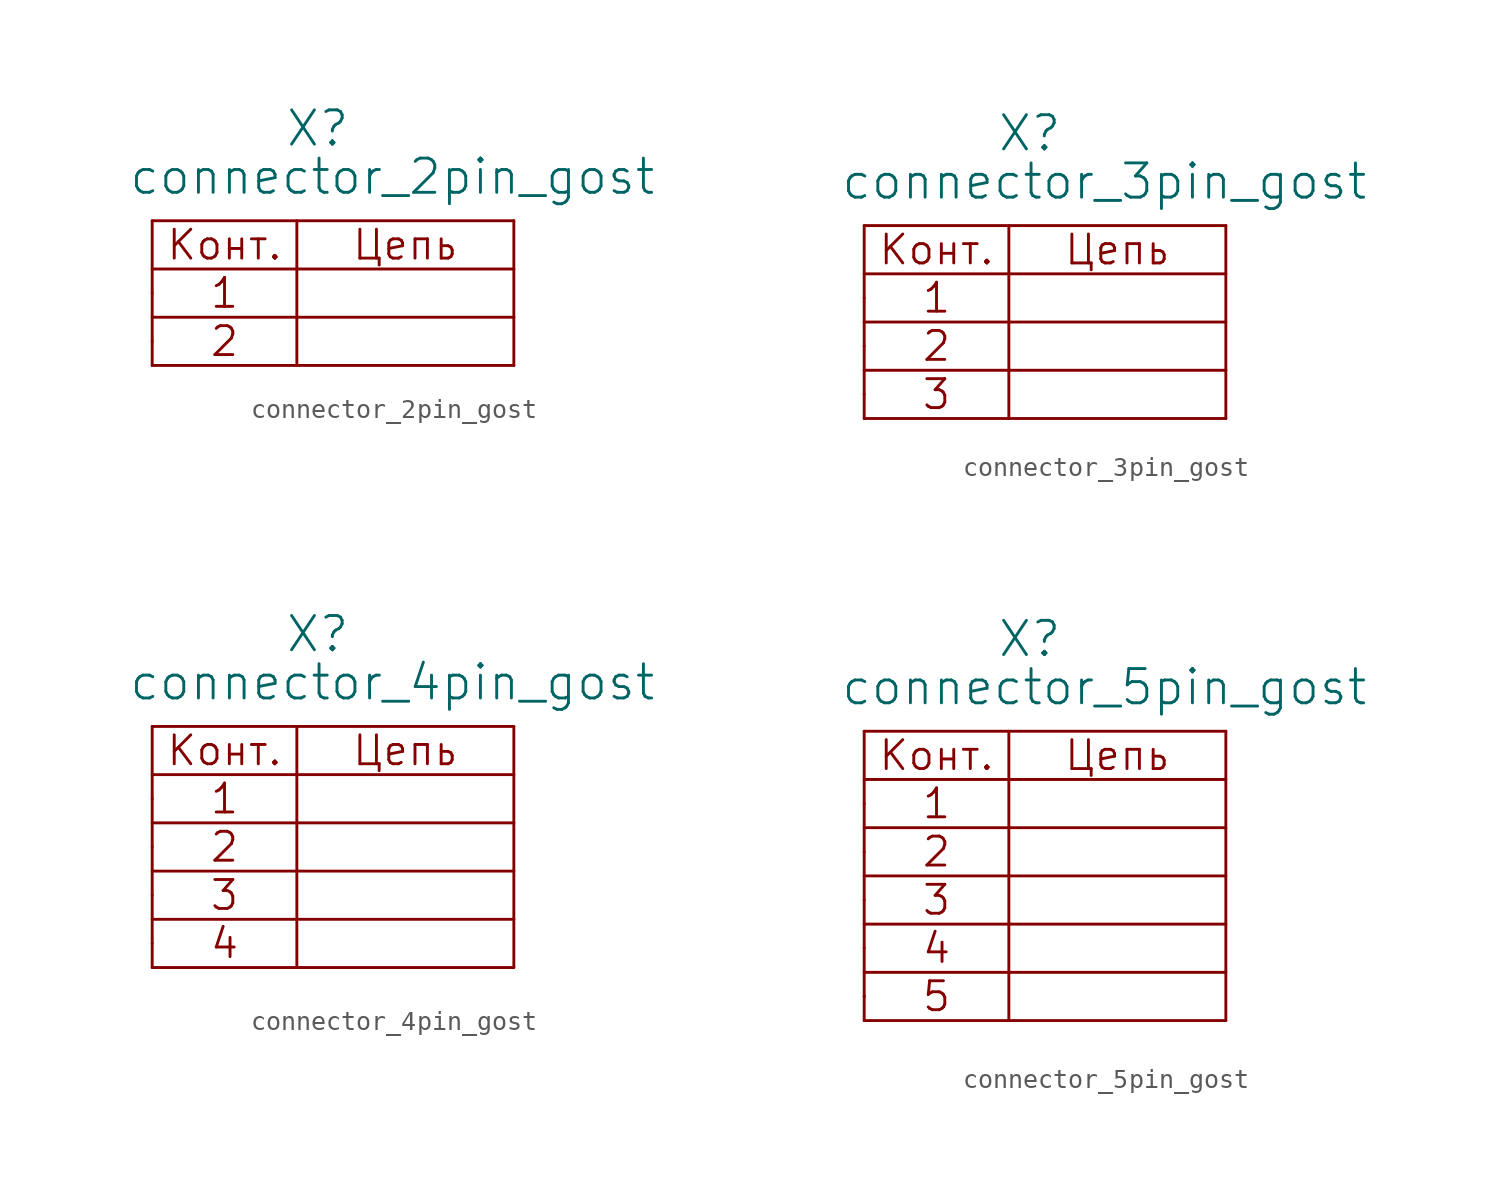
<source format=kicad_sym>
(kicad_symbol_lib
  (version 20211014)
  (generator kicad_symbol_editor)
  (symbol "connector_2pin_gost"
    (pin_numbers hide)
    (pin_names
      (offset 1.016) hide)
    (property "Reference" "X"
      (at 6.985 7.62 0)
      (effects (font (size 1.803 1.803)) (justify left bottom)))
    (property "Value" "connector_2pin_gost"
      (at -1.27 5.08 0)
      (effects (font (size 1.803 1.803)) (justify left bottom)))
    (property "Datasheet" ""
      (at 0 0 0)
      (effects (font (size 1.524 1.524))))
    (symbol "connector_2pin_gost_0_0"
      (polyline (pts (xy 0 -1.27) (xy 19.05 -1.27)) (stroke (width 0) (type default) (color 0 0 0 0)) (fill (type none)))
      (polyline (pts (xy 0 1.27) (xy 19.05 1.27)) (stroke (width 0) (type default) (color 0 0 0 0)) (fill (type none)))
      (polyline (pts (xy 0 3.81) (xy 0 -3.81)) (stroke (width 0) (type default) (color 0 0 0 0)) (fill (type none)))
      (polyline (pts (xy 7.62 3.81) (xy 7.62 -3.81)) (stroke (width 0) (type default) (color 0 0 0 0)) (fill (type none)))
      (polyline (pts (xy 19.05 -3.81) (xy 0 -3.81)) (stroke (width 0) (type default) (color 0 0 0 0)) (fill (type none)))
      (polyline (pts (xy 19.05 3.81) (xy 19.05 -3.81)) (stroke (width 0) (type default) (color 0 0 0 0)) (fill (type none)))
      (text "1" (at 3.81 0 0) (effects (font (size 1.524 1.524))))
      (text "2" (at 3.81 -2.54 0) (effects (font (size 1.524 1.524))))
      (text "Конт." (at 3.81 2.54 0) (effects (font (size 1.524 1.524))))
      (text "Цепь" (at 13.335 2.54 0) (effects (font (size 1.524 1.524)))))
    (symbol "connector_2pin_gost_0_1"
      (polyline (pts (xy 0 3.81) (xy 19.05 3.81)) (stroke (width 0) (type default) (color 0 0 0 0)) (fill (type none))))
    (symbol "connector_2pin_gost_1_1"
      (pin passive line (at 0 0 0) (length 0) (name "~" (effects (font (size 1.549 1.549)))) (number "1" (effects (font (size 1.549 1.549)))))
      (pin passive line (at 0 -2.54 0) (length 0) (name "~" (effects (font (size 1.549 1.549)))) (number "2" (effects (font (size 1.549 1.549)))))))
  (symbol "connector_3pin_gost"
    (pin_numbers hide)
    (pin_names
      (offset 1.016) hide)
    (property "Reference" "X"
      (at 6.985 7.62 0)
      (effects (font (size 1.803 1.803)) (justify left bottom)))
    (property "Value" "connector_3pin_gost"
      (at -1.27 5.08 0)
      (effects (font (size 1.803 1.803)) (justify left bottom)))
    (property "Datasheet" ""
      (at 0 0 0)
      (effects (font (size 1.524 1.524))))
    (symbol "connector_3pin_gost_0_0"
      (polyline (pts (xy 0 -6.35) (xy 0 3.81)) (stroke (width 0) (type default) (color 0 0 0 0)) (fill (type none)))
      (polyline (pts (xy 0 -6.35) (xy 19.05 -6.35)) (stroke (width 0) (type default) (color 0 0 0 0)) (fill (type none)))
      (polyline (pts (xy 0 -3.81) (xy 19.05 -3.81)) (stroke (width 0) (type default) (color 0 0 0 0)) (fill (type none)))
      (polyline (pts (xy 0 1.27) (xy 19.05 1.27)) (stroke (width 0) (type default) (color 0 0 0 0)) (fill (type none)))
      (polyline (pts (xy 7.62 -6.35) (xy 7.62 3.81)) (stroke (width 0) (type default) (color 0 0 0 0)) (fill (type none)))
      (polyline (pts (xy 19.05 -6.35) (xy 19.05 3.81)) (stroke (width 0) (type default) (color 0 0 0 0)) (fill (type none)))
      (polyline (pts (xy 19.05 -1.27) (xy 0 -1.27)) (stroke (width 0) (type default) (color 0 0 0 0)) (fill (type none)))
      (text "1" (at 3.81 0 0) (effects (font (size 1.524 1.524))))
      (text "2" (at 3.81 -2.54 0) (effects (font (size 1.524 1.524))))
      (text "3" (at 3.81 -5.08 0) (effects (font (size 1.524 1.524))))
      (text "Конт." (at 3.81 2.54 0) (effects (font (size 1.524 1.524))))
      (text "Цепь" (at 13.335 2.54 0) (effects (font (size 1.524 1.524)))))
    (symbol "connector_3pin_gost_0_1"
      (polyline (pts (xy 0 3.81) (xy 19.05 3.81)) (stroke (width 0) (type default) (color 0 0 0 0)) (fill (type none))))
    (symbol "connector_3pin_gost_1_1"
      (pin passive line (at 0 0 0) (length 0) (name "~" (effects (font (size 1.549 1.549)))) (number "1" (effects (font (size 1.549 1.549)))))
      (pin passive line (at 0 -2.54 0) (length 0) (name "~" (effects (font (size 1.549 1.549)))) (number "2" (effects (font (size 1.549 1.549)))))
      (pin passive line (at 0 -5.08 0) (length 0) (name "~" (effects (font (size 1.549 1.549)))) (number "3" (effects (font (size 1.549 1.549)))))))
  (symbol "connector_4pin_gost"
    (pin_numbers hide)
    (pin_names
      (offset 1.016) hide)
    (property "Reference" "X"
      (at 6.985 7.62 0)
      (effects (font (size 1.803 1.803)) (justify left bottom)))
    (property "Value" "connector_4pin_gost"
      (at -1.27 5.08 0)
      (effects (font (size 1.803 1.803)) (justify left bottom)))
    (property "Datasheet" ""
      (at 0 0 0)
      (effects (font (size 1.524 1.524))))
    (symbol "connector_4pin_gost_0_0"
      (polyline (pts (xy 0 -8.89) (xy 19.05 -8.89)) (stroke (width 0) (type default) (color 0 0 0 0)) (fill (type none)))
      (polyline (pts (xy 0 -6.35) (xy 19.05 -6.35)) (stroke (width 0) (type default) (color 0 0 0 0)) (fill (type none)))
      (polyline (pts (xy 0 -3.81) (xy 19.05 -3.81)) (stroke (width 0) (type default) (color 0 0 0 0)) (fill (type none)))
      (polyline (pts (xy 0 1.27) (xy 19.05 1.27)) (stroke (width 0) (type default) (color 0 0 0 0)) (fill (type none)))
      (polyline (pts (xy 0 3.81) (xy 0 -8.89)) (stroke (width 0) (type default) (color 0 0 0 0)) (fill (type none)))
      (polyline (pts (xy 7.62 3.81) (xy 7.62 -8.89)) (stroke (width 0) (type default) (color 0 0 0 0)) (fill (type none)))
      (polyline (pts (xy 19.05 -1.27) (xy 0 -1.27)) (stroke (width 0) (type default) (color 0 0 0 0)) (fill (type none)))
      (polyline (pts (xy 19.05 3.81) (xy 19.05 -8.89)) (stroke (width 0) (type default) (color 0 0 0 0)) (fill (type none)))
      (text "1" (at 3.81 0 0) (effects (font (size 1.524 1.524))))
      (text "2" (at 3.81 -2.54 0) (effects (font (size 1.524 1.524))))
      (text "3" (at 3.81 -5.08 0) (effects (font (size 1.524 1.524))))
      (text "4" (at 3.81 -7.62 0) (effects (font (size 1.524 1.524))))
      (text "Конт." (at 3.81 2.54 0) (effects (font (size 1.524 1.524))))
      (text "Цепь" (at 13.335 2.54 0) (effects (font (size 1.524 1.524)))))
    (symbol "connector_4pin_gost_0_1"
      (polyline (pts (xy 0 3.81) (xy 19.05 3.81)) (stroke (width 0) (type default) (color 0 0 0 0)) (fill (type none))))
    (symbol "connector_4pin_gost_1_1"
      (pin passive line (at 0 0 0) (length 0) (name "~" (effects (font (size 1.549 1.549)))) (number "1" (effects (font (size 1.549 1.549)))))
      (pin passive line (at 0 -2.54 0) (length 0) (name "~" (effects (font (size 1.549 1.549)))) (number "2" (effects (font (size 1.549 1.549)))))
      (pin passive line (at 0 -5.08 0) (length 0) (name "~" (effects (font (size 1.549 1.549)))) (number "3" (effects (font (size 1.549 1.549)))))
      (pin passive line (at 0 -7.62 0) (length 0) (name "~" (effects (font (size 1.549 1.549)))) (number "4" (effects (font (size 1.549 1.549)))))))
  (symbol "connector_5pin_gost"
    (pin_numbers hide)
    (pin_names
      (offset 1.016) hide)
    (property "Reference" "X"
      (at 6.985 7.62 0)
      (effects (font (size 1.803 1.803)) (justify left bottom)))
    (property "Value" "connector_5pin_gost"
      (at -1.27 5.08 0)
      (effects (font (size 1.803 1.803)) (justify left bottom)))
    (property "Datasheet" ""
      (at 0 0 0)
      (effects (font (size 1.524 1.524))))
    (symbol "connector_5pin_gost_0_0"
      (polyline (pts (xy 0 -11.43) (xy 19.05 -11.43)) (stroke (width 0) (type default) (color 0 0 0 0)) (fill (type none)))
      (polyline (pts (xy 0 -10.16) (xy 0 -10.16)) (stroke (width 0) (type default) (color 0 0 0 0)) (fill (type none)))
      (polyline (pts (xy 0 -8.89) (xy 19.05 -8.89)) (stroke (width 0) (type default) (color 0 0 0 0)) (fill (type none)))
      (polyline (pts (xy 0 -6.35) (xy 19.05 -6.35)) (stroke (width 0) (type default) (color 0 0 0 0)) (fill (type none)))
      (polyline (pts (xy 0 -3.81) (xy 19.05 -3.81)) (stroke (width 0) (type default) (color 0 0 0 0)) (fill (type none)))
      (polyline (pts (xy 0 1.27) (xy 19.05 1.27)) (stroke (width 0) (type default) (color 0 0 0 0)) (fill (type none)))
      (polyline (pts (xy 0 3.81) (xy 0 -11.43)) (stroke (width 0) (type default) (color 0 0 0 0)) (fill (type none)))
      (polyline (pts (xy 7.62 3.81) (xy 7.62 -11.43)) (stroke (width 0) (type default) (color 0 0 0 0)) (fill (type none)))
      (polyline (pts (xy 19.05 -1.27) (xy 0 -1.27)) (stroke (width 0) (type default) (color 0 0 0 0)) (fill (type none)))
      (polyline (pts (xy 19.05 3.81) (xy 19.05 -11.43)) (stroke (width 0) (type default) (color 0 0 0 0)) (fill (type none)))
      (text "1" (at 3.81 0 0) (effects (font (size 1.524 1.524))))
      (text "2" (at 3.81 -2.54 0) (effects (font (size 1.524 1.524))))
      (text "3" (at 3.81 -5.08 0) (effects (font (size 1.524 1.524))))
      (text "4" (at 3.81 -7.62 0) (effects (font (size 1.524 1.524))))
      (text "5" (at 3.81 -10.16 0) (effects (font (size 1.524 1.524))))
      (text "Конт." (at 3.81 2.54 0) (effects (font (size 1.524 1.524))))
      (text "Цепь" (at 13.335 2.54 0) (effects (font (size 1.524 1.524)))))
    (symbol "connector_5pin_gost_0_1"
      (polyline (pts (xy 0 3.81) (xy 19.05 3.81)) (stroke (width 0) (type default) (color 0 0 0 0)) (fill (type none))))
    (symbol "connector_5pin_gost_1_1"
      (pin passive line (at 0 0 0) (length 0) (name "~" (effects (font (size 1.549 1.549)))) (number "1" (effects (font (size 1.549 1.549)))))
      (pin passive line (at 0 -2.54 0) (length 0) (name "~" (effects (font (size 1.549 1.549)))) (number "2" (effects (font (size 1.549 1.549)))))
      (pin passive line (at 0 -5.08 0) (length 0) (name "~" (effects (font (size 1.549 1.549)))) (number "3" (effects (font (size 1.549 1.549)))))
      (pin passive line (at 0 -7.62 0) (length 0) (name "~" (effects (font (size 1.549 1.549)))) (number "4" (effects (font (size 1.549 1.549)))))
      (pin passive line (at 0 -10.16 0) (length 0) (name "~" (effects (font (size 1.549 1.549)))) (number "5" (effects (font (size 1.549 1.549))))))))
</source>
